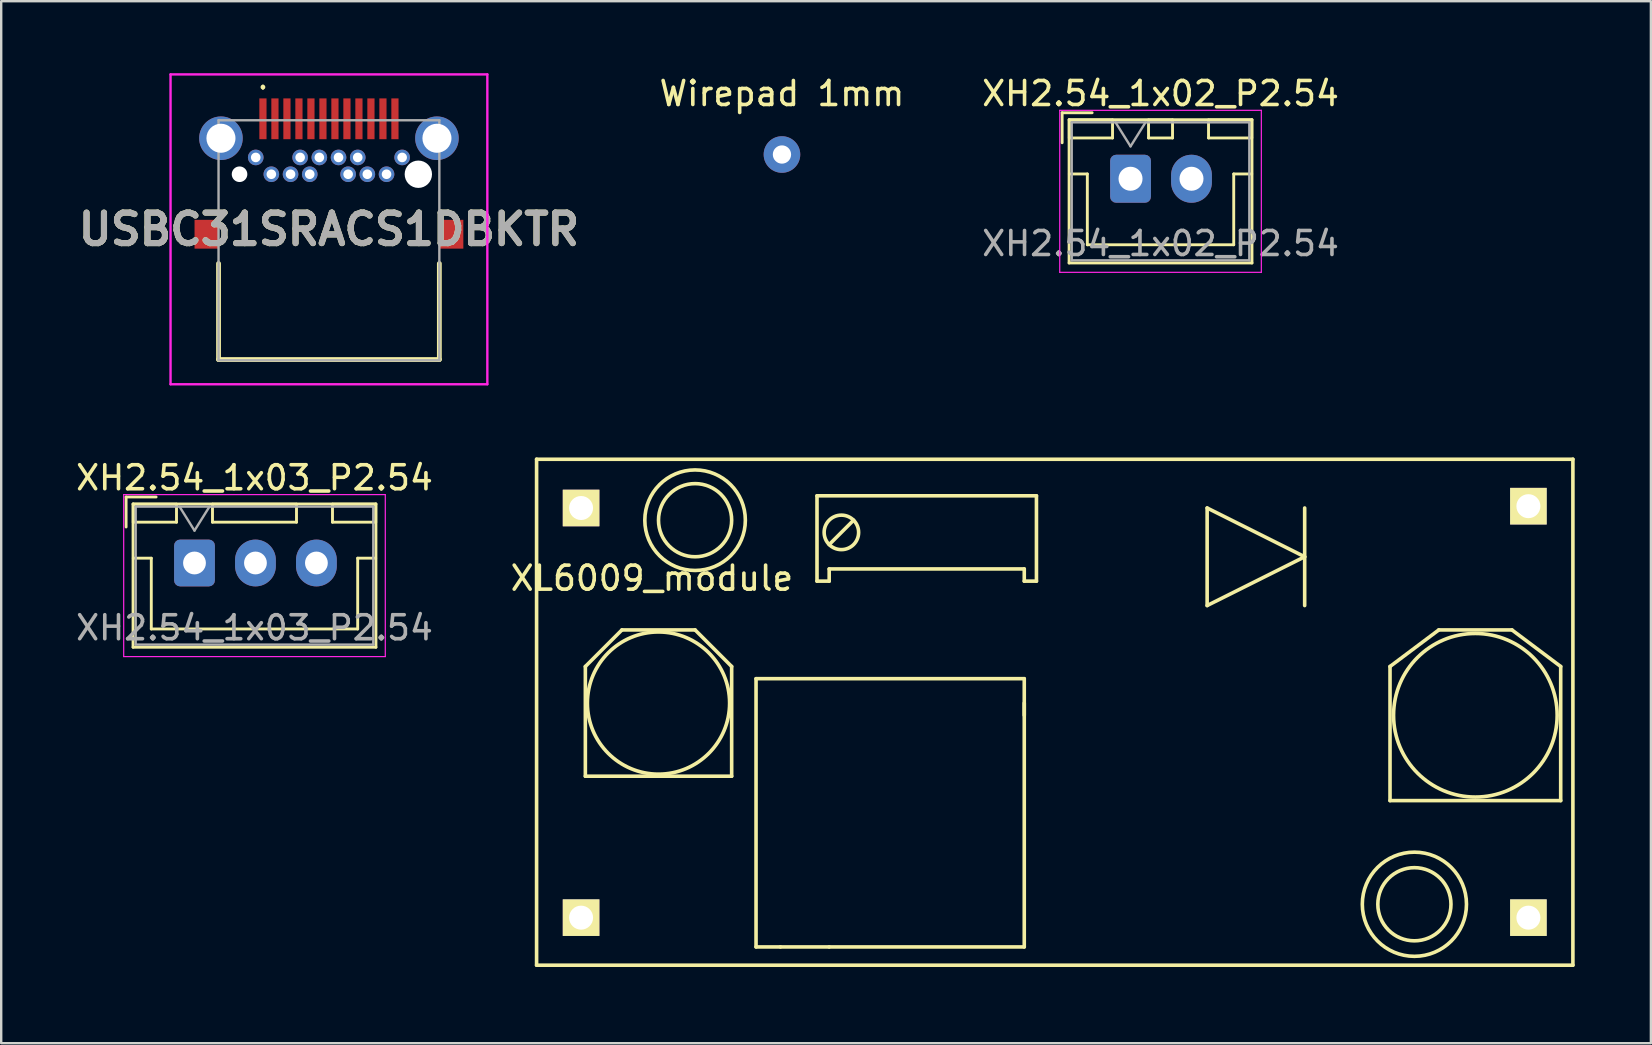
<source format=kicad_pcb>
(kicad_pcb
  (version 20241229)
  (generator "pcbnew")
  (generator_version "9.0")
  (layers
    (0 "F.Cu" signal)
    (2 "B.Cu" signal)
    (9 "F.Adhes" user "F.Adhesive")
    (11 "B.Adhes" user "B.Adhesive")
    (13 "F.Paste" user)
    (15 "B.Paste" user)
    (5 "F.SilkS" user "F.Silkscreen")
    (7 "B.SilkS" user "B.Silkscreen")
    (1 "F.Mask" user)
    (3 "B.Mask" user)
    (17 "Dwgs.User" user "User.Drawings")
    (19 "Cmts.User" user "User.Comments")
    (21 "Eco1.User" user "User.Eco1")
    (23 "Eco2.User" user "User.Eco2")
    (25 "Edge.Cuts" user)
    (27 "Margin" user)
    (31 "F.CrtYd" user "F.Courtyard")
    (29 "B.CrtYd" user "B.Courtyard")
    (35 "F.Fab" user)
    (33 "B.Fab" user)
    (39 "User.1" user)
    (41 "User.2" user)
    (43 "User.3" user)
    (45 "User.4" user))
  (footprint "XH2.54_1x03_P2.54"
    (layer "F.Cu")
    (at 7.594 20.408)
    (property "Reference" "XH2.54_1x03_P2.54" (at -0.04 -3.55 0) (layer "F.SilkS") (effects (font (size 1 1) (thickness 0.15))))
    (attr through_hole)
    (fp_line (start -5.39 -2.75) (end -5.39 -1.5) (stroke (width 0.12) (type solid)) (layer "F.SilkS"))
    (fp_line (start -5.1 -2.46) (end -5.1 3.51) (stroke (width 0.12) (type solid)) (layer "F.SilkS"))
    (fp_line (start -5.1 3.51) (end 5.02 3.51) (stroke (width 0.12) (type solid)) (layer "F.SilkS"))
    (fp_line (start -5.09 -2.45) (end -5.09 -1.7) (stroke (width 0.12) (type solid)) (layer "F.SilkS"))
    (fp_line (start -5.09 -1.7) (end -3.29 -1.7) (stroke (width 0.12) (type solid)) (layer "F.SilkS"))
    (fp_line (start -5.09 -0.2) (end -4.34 -0.2) (stroke (width 0.12) (type solid)) (layer "F.SilkS"))
    (fp_line (start -4.34 -0.2) (end -4.34 2.75) (stroke (width 0.12) (type solid)) (layer "F.SilkS"))
    (fp_line (start -4.34 2.75) (end -0.04 2.75) (stroke (width 0.12) (type solid)) (layer "F.SilkS"))
    (fp_line (start -4.14 -2.75) (end -5.39 -2.75) (stroke (width 0.12) (type solid)) (layer "F.SilkS"))
    (fp_line (start -3.29 -2.45) (end -5.09 -2.45) (stroke (width 0.12) (type solid)) (layer "F.SilkS"))
    (fp_line (start -3.29 -1.7) (end -3.29 -2.45) (stroke (width 0.12) (type solid)) (layer "F.SilkS"))
    (fp_line (start -1.79 -2.45) (end -1.79 -1.7) (stroke (width 0.12) (type solid)) (layer "F.SilkS"))
    (fp_line (start -1.79 -1.7) (end 1.71 -1.7) (stroke (width 0.12) (type solid)) (layer "F.SilkS"))
    (fp_line (start 1.71 -2.45) (end -1.79 -2.45) (stroke (width 0.12) (type solid)) (layer "F.SilkS"))
    (fp_line (start 1.71 -1.7) (end 1.71 -2.45) (stroke (width 0.12) (type solid)) (layer "F.SilkS"))
    (fp_line (start 3.21 -2.45) (end 3.21 -1.7) (stroke (width 0.12) (type solid)) (layer "F.SilkS"))
    (fp_line (start 3.21 -1.7) (end 5.01 -1.7) (stroke (width 0.12) (type solid)) (layer "F.SilkS"))
    (fp_line (start 4.26 -0.2) (end 4.26 2.75) (stroke (width 0.12) (type solid)) (layer "F.SilkS"))
    (fp_line (start 4.26 2.75) (end -0.04 2.75) (stroke (width 0.12) (type solid)) (layer "F.SilkS"))
    (fp_line (start 5.01 -2.45) (end 3.21 -2.45) (stroke (width 0.12) (type solid)) (layer "F.SilkS"))
    (fp_line (start 5.01 -1.7) (end 5.01 -2.45) (stroke (width 0.12) (type solid)) (layer "F.SilkS"))
    (fp_line (start 5.01 -0.2) (end 4.26 -0.2) (stroke (width 0.12) (type solid)) (layer "F.SilkS"))
    (fp_line (start 5.02 -2.46) (end -5.1 -2.46) (stroke (width 0.12) (type solid)) (layer "F.SilkS"))
    (fp_line (start 5.02 3.51) (end 5.02 -2.46) (stroke (width 0.12) (type solid)) (layer "F.SilkS"))
    (fp_line (start -5.49 -2.85) (end -5.49 3.9) (stroke (width 0.05) (type solid)) (layer "F.CrtYd"))
    (fp_line (start -5.49 3.9) (end 5.41 3.9) (stroke (width 0.05) (type solid)) (layer "F.CrtYd"))
    (fp_line (start 5.41 -2.85) (end -5.49 -2.85) (stroke (width 0.05) (type solid)) (layer "F.CrtYd"))
    (fp_line (start 5.41 3.9) (end 5.41 -2.85) (stroke (width 0.05) (type solid)) (layer "F.CrtYd"))
    (fp_line (start -4.99 -2.35) (end -4.99 3.4) (stroke (width 0.1) (type solid)) (layer "F.Fab"))
    (fp_line (start -4.99 3.4) (end 4.91 3.4) (stroke (width 0.1) (type solid)) (layer "F.Fab"))
    (fp_line (start -3.165 -2.35) (end -2.54 -1.35) (stroke (width 0.1) (type solid)) (layer "F.Fab"))
    (fp_line (start -2.54 -1.35) (end -1.915 -2.35) (stroke (width 0.1) (type solid)) (layer "F.Fab"))
    (fp_line (start 4.91 -2.35) (end -4.99 -2.35) (stroke (width 0.1) (type solid)) (layer "F.Fab"))
    (fp_line (start 4.91 3.4) (end 4.91 -2.35) (stroke (width 0.1) (type solid)) (layer "F.Fab"))
    (fp_text user "${REFERENCE}" (at -0.04 2.7 0) (layer "F.Fab") (effects (font (size 1 1) (thickness 0.15))))
    (pad "1" thru_hole roundrect (at -2.54 0) (size 1.7 1.95) (drill 0.95) (layers "*.Cu" "*.Mask") (roundrect_rratio 0.147))
    (pad "2" thru_hole oval (at 0 0) (size 1.7 1.95) (drill 0.95) (layers "*.Cu" "*.Mask"))
    (pad "3" thru_hole oval (at 2.54 0) (size 1.7 1.95) (drill 0.95) (layers "*.Cu" "*.Mask")))
  (footprint "USBC31SRACS1DBKTR"
    (layer "F.Cu")
    (at 10.656 6.93)
    (property "Reference" "USBC31SRACS1DBKTR" (at 0 -0.425 0) (layer "F.SilkS") (effects (font (size 1.27 1.27) (thickness 0.254))))
    (attr through_hole)
    (fp_line (start -4.6 1) (end -4.6 5) (stroke (width 0.2) (type solid)) (layer "F.SilkS"))
    (fp_line (start -4.6 5) (end 4.6 5) (stroke (width 0.2) (type solid)) (layer "F.SilkS"))
    (fp_line (start -2.75 -6.4) (end -2.75 -6.4) (stroke (width 0.1) (type solid)) (layer "F.SilkS"))
    (fp_line (start -2.75 -6.3) (end -2.75 -6.3) (stroke (width 0.1) (type solid)) (layer "F.SilkS"))
    (fp_line (start 4.6 5) (end 4.6 1) (stroke (width 0.2) (type solid)) (layer "F.SilkS"))
    (fp_arc (start -2.75 -6.4) (mid -2.7 -6.35) (end -2.75 -6.3) (stroke (width 0.1) (type solid)) (layer "F.SilkS"))
    (fp_arc (start -2.75 -6.3) (mid -2.8 -6.35) (end -2.75 -6.4) (stroke (width 0.1) (type solid)) (layer "F.SilkS"))
    (fp_line (start -6.6 -6.88) (end 6.6 -6.88) (stroke (width 0.1) (type solid)) (layer "F.CrtYd"))
    (fp_line (start -6.6 6.03) (end -6.6 -6.88) (stroke (width 0.1) (type solid)) (layer "F.CrtYd"))
    (fp_line (start 6.6 -6.88) (end 6.6 6.03) (stroke (width 0.1) (type solid)) (layer "F.CrtYd"))
    (fp_line (start 6.6 6.03) (end -6.6 6.03) (stroke (width 0.1) (type solid)) (layer "F.CrtYd"))
    (fp_line (start -4.6 -4.97) (end 4.6 -4.97) (stroke (width 0.1) (type solid)) (layer "F.Fab"))
    (fp_line (start -4.6 5.03) (end -4.6 -4.97) (stroke (width 0.1) (type solid)) (layer "F.Fab"))
    (fp_line (start 4.6 -4.97) (end 4.6 5.03) (stroke (width 0.1) (type solid)) (layer "F.Fab"))
    (fp_line (start 4.6 5.03) (end -4.6 5.03) (stroke (width 0.1) (type solid)) (layer "F.Fab"))
    (fp_text user "${REFERENCE}" (at 0 -0.425 0) (layer "F.Fab") (effects (font (size 1.27 1.27) (thickness 0.254))))
    (pad "" np_thru_hole circle (at -3.725 -2.72) (size 0.65 0.65) (drill 0.65) (layers "*.Cu" "*.Mask"))
    (pad "" np_thru_hole circle (at 3.725 -2.72) (size 1.14 1.14) (drill 1.14) (layers "*.Cu" "*.Mask"))
    (pad "A1" smd rect (at -2.75 -5.03) (size 0.3 1.7) (layers "F.Cu" "F.Mask" "F.Paste"))
    (pad "A2" smd rect (at -2.25 -5.03) (size 0.3 1.7) (layers "F.Cu" "F.Mask" "F.Paste"))
    (pad "A3" smd rect (at -1.75 -5.03) (size 0.3 1.7) (layers "F.Cu" "F.Mask" "F.Paste"))
    (pad "A4" smd rect (at -1.25 -5.03) (size 0.3 1.7) (layers "F.Cu" "F.Mask" "F.Paste"))
    (pad "A5" smd rect (at -0.75 -5.03) (size 0.3 1.7) (layers "F.Cu" "F.Mask" "F.Paste"))
    (pad "A6" smd rect (at -0.25 -5.03) (size 0.3 1.7) (layers "F.Cu" "F.Mask" "F.Paste"))
    (pad "A7" smd rect (at 0.25 -5.03) (size 0.3 1.7) (layers "F.Cu" "F.Mask" "F.Paste"))
    (pad "A8" smd rect (at 0.75 -5.03) (size 0.3 1.7) (layers "F.Cu" "F.Mask" "F.Paste"))
    (pad "A9" smd rect (at 1.25 -5.03) (size 0.3 1.7) (layers "F.Cu" "F.Mask" "F.Paste"))
    (pad "A10" smd rect (at 1.75 -5.03) (size 0.3 1.7) (layers "F.Cu" "F.Mask" "F.Paste"))
    (pad "A11" smd rect (at 2.25 -5.03) (size 0.3 1.7) (layers "F.Cu" "F.Mask" "F.Paste"))
    (pad "A12" smd rect (at 2.75 -5.03) (size 0.3 1.7) (layers "F.Cu" "F.Mask" "F.Paste"))
    (pad "B1" thru_hole circle (at 3.05 -3.42) (size 0.65 0.65) (drill 0.4) (layers "*.Cu" "*.Mask"))
    (pad "B2" thru_hole circle (at 2.4 -2.72) (size 0.65 0.65) (drill 0.4) (layers "*.Cu" "*.Mask"))
    (pad "B3" thru_hole circle (at 1.6 -2.72) (size 0.65 0.65) (drill 0.4) (layers "*.Cu" "*.Mask"))
    (pad "B4" thru_hole circle (at 1.2 -3.42) (size 0.65 0.65) (drill 0.4) (layers "*.Cu" "*.Mask"))
    (pad "B5" thru_hole circle (at 0.8 -2.72) (size 0.65 0.65) (drill 0.4) (layers "*.Cu" "*.Mask"))
    (pad "B6" thru_hole circle (at 0.4 -3.42) (size 0.65 0.65) (drill 0.4) (layers "*.Cu" "*.Mask"))
    (pad "B7" thru_hole circle (at -0.4 -3.42) (size 0.65 0.65) (drill 0.4) (layers "*.Cu" "*.Mask"))
    (pad "B8" thru_hole circle (at -0.8 -2.72) (size 0.65 0.65) (drill 0.4) (layers "*.Cu" "*.Mask"))
    (pad "B9" thru_hole circle (at -1.2 -3.42) (size 0.65 0.65) (drill 0.4) (layers "*.Cu" "*.Mask"))
    (pad "B10" thru_hole circle (at -1.6 -2.72) (size 0.65 0.65) (drill 0.4) (layers "*.Cu" "*.Mask"))
    (pad "B11" thru_hole circle (at -2.4 -2.72) (size 0.65 0.65) (drill 0.4) (layers "*.Cu" "*.Mask"))
    (pad "B12" thru_hole circle (at -3.05 -3.42) (size 0.65 0.65) (drill 0.4) (layers "*.Cu" "*.Mask"))
    (pad "MH1" thru_hole circle (at -4.5 -4.22) (size 1.815 1.815) (drill 1.21) (layers "*.Cu" "*.Mask"))
    (pad "MH2" thru_hole circle (at 4.5 -4.22) (size 1.815 1.815) (drill 1.21) (layers "*.Cu" "*.Mask"))
    (pad "MP1" smd rect (at -5.1 -0.22) (size 1 1.2) (layers "F.Cu" "F.Mask" "F.Paste"))
    (pad "MP2" smd rect (at 5.1 -0.22) (size 1 1.2) (layers "F.Cu" "F.Mask" "F.Paste")))
  (footprint "XL6009_module"
    (layer "F.Cu")
    (at 62.488 37.167)
    (property "Reference" "XL6009_module" (at -38.375 -16.125 0) (layer "F.SilkS") (effects (font (size 1 1) (thickness 0.15))))
    (attr through_hole)
    (fp_line (start -43.18 -21.082) (end 0 -21.082) (stroke (width 0.15) (type solid)) (layer "F.SilkS"))
    (fp_line (start -43.18 0) (end -43.18 -21.082) (stroke (width 0.15) (type solid)) (layer "F.SilkS"))
    (fp_line (start -41.148 -12.446) (end -41.148 -7.874) (stroke (width 0.15) (type solid)) (layer "F.SilkS"))
    (fp_line (start -41.148 -7.874) (end -35.052 -7.874) (stroke (width 0.15) (type solid)) (layer "F.SilkS"))
    (fp_line (start -39.624 -13.97) (end -41.148 -12.446) (stroke (width 0.15) (type solid)) (layer "F.SilkS"))
    (fp_line (start -36.576 -13.97) (end -39.624 -13.97) (stroke (width 0.15) (type solid)) (layer "F.SilkS"))
    (fp_line (start -35.052 -12.446) (end -36.576 -13.97) (stroke (width 0.15) (type solid)) (layer "F.SilkS"))
    (fp_line (start -35.052 -7.874) (end -35.052 -12.446) (stroke (width 0.15) (type solid)) (layer "F.SilkS"))
    (fp_line (start -34.036 -11.938) (end -22.86 -11.938) (stroke (width 0.15) (type solid)) (layer "F.SilkS"))
    (fp_line (start -34.036 -0.762) (end -34.036 -11.938) (stroke (width 0.15) (type solid)) (layer "F.SilkS"))
    (fp_line (start -33.02 -0.762) (end -34.036 -0.762) (stroke (width 0.15) (type solid)) (layer "F.SilkS"))
    (fp_line (start -31.496 -19.558) (end -31.496 -16.002) (stroke (width 0.15) (type solid)) (layer "F.SilkS"))
    (fp_line (start -31.496 -16.002) (end -30.988 -16.002) (stroke (width 0.15) (type solid)) (layer "F.SilkS"))
    (fp_line (start -30.988 -17.526) (end -29.972 -18.542) (stroke (width 0.15) (type solid)) (layer "F.SilkS"))
    (fp_line (start -30.988 -16.51) (end -22.86 -16.51) (stroke (width 0.15) (type solid)) (layer "F.SilkS"))
    (fp_line (start -30.988 -16.002) (end -30.988 -16.51) (stroke (width 0.15) (type solid)) (layer "F.SilkS"))
    (fp_line (start -30.988 -0.762) (end -33.02 -0.762) (stroke (width 0.15) (type solid)) (layer "F.SilkS"))
    (fp_line (start -22.86 -16.51) (end -22.86 -16.002) (stroke (width 0.15) (type solid)) (layer "F.SilkS"))
    (fp_line (start -22.86 -16.002) (end -22.352 -16.002) (stroke (width 0.15) (type solid)) (layer "F.SilkS"))
    (fp_line (start -22.86 -11.938) (end -22.86 -10.414) (stroke (width 0.15) (type solid)) (layer "F.SilkS"))
    (fp_line (start -22.86 -10.922) (end -22.86 -0.762) (stroke (width 0.15) (type solid)) (layer "F.SilkS"))
    (fp_line (start -22.86 -0.762) (end -30.988 -0.762) (stroke (width 0.15) (type solid)) (layer "F.SilkS"))
    (fp_line (start -22.352 -19.558) (end -31.496 -19.558) (stroke (width 0.15) (type solid)) (layer "F.SilkS"))
    (fp_line (start -22.352 -16.002) (end -22.352 -19.558) (stroke (width 0.15) (type solid)) (layer "F.SilkS"))
    (fp_line (start -15.24 -19.05) (end -15.24 -14.986) (stroke (width 0.15) (type solid)) (layer "F.SilkS"))
    (fp_line (start -15.24 -14.986) (end -11.176 -17.018) (stroke (width 0.15) (type solid)) (layer "F.SilkS"))
    (fp_line (start -11.176 -19.05) (end -11.176 -14.986) (stroke (width 0.15) (type solid)) (layer "F.SilkS"))
    (fp_line (start -11.176 -17.018) (end -15.24 -19.05) (stroke (width 0.15) (type solid)) (layer "F.SilkS"))
    (fp_line (start -7.62 -12.446) (end -5.588 -13.97) (stroke (width 0.15) (type solid)) (layer "F.SilkS"))
    (fp_line (start -7.62 -6.858) (end -7.62 -12.446) (stroke (width 0.15) (type solid)) (layer "F.SilkS"))
    (fp_line (start -5.588 -13.97) (end -2.54 -13.97) (stroke (width 0.15) (type solid)) (layer "F.SilkS"))
    (fp_line (start -2.54 -13.97) (end -0.508 -12.446) (stroke (width 0.15) (type solid)) (layer "F.SilkS"))
    (fp_line (start -0.508 -12.446) (end -0.508 -6.858) (stroke (width 0.15) (type solid)) (layer "F.SilkS"))
    (fp_line (start -0.508 -6.858) (end -7.62 -6.858) (stroke (width 0.15) (type solid)) (layer "F.SilkS"))
    (fp_line (start 0 0) (end -43.18 0) (stroke (width 0.15) (type solid)) (layer "F.SilkS"))
    (fp_line (start 0 0) (end 0 -21.082) (stroke (width 0.15) (type solid)) (layer "F.SilkS"))
    (fp_circle (center -38.1 -10.922) (end -35.56 -12.446) (stroke (width 0.15) (type solid)) (fill no) (layer "F.SilkS"))
    (fp_circle (center -36.576 -18.542) (end -37.084 -20.574) (stroke (width 0.15) (type solid)) (fill no) (layer "F.SilkS"))
    (fp_circle (center -36.576 -18.542) (end -36.576 -20.066) (stroke (width 0.15) (type solid)) (fill no) (layer "F.SilkS"))
    (fp_circle (center -30.48 -18.034) (end -29.972 -18.542) (stroke (width 0.15) (type solid)) (fill no) (layer "F.SilkS"))
    (fp_circle (center -6.604 -2.54) (end -6.604 -1.016) (stroke (width 0.15) (type solid)) (fill no) (layer "F.SilkS"))
    (fp_circle (center -6.604 -2.54) (end -5.842 -0.508) (stroke (width 0.15) (type solid)) (fill no) (layer "F.SilkS"))
    (fp_circle (center -4.064 -10.414) (end -1.016 -11.938) (stroke (width 0.15) (type solid)) (fill no) (layer "F.SilkS"))
    (pad "1" thru_hole rect (at -41.326 -19.05) (size 1.524 1.524) (drill 1) (layers "*.Cu" "*.Mask" "F.SilkS"))
    (pad "2" thru_hole rect (at -41.326 -1.981) (size 1.524 1.524) (drill 1) (layers "*.Cu" "*.Mask" "F.SilkS"))
    (pad "3" thru_hole rect (at -1.854 -1.981) (size 1.524 1.524) (drill 1) (layers "*.Cu" "*.Mask" "F.SilkS"))
    (pad "4" thru_hole rect (at -1.854 -19.126) (size 1.524 1.524) (drill 1) (layers "*.Cu" "*.Mask" "F.SilkS")))
  (footprint "XH2.54_1x02_P2.54"
    (layer "F.Cu")
    (at 45.326 4.398)
    (property "Reference" "XH2.54_1x02_P2.54" (at -0.02 -3.55 0) (layer "F.SilkS") (effects (font (size 1 1) (thickness 0.15))))
    (attr through_hole)
    (fp_line (start -4.12 -2.75) (end -4.12 -1.5) (stroke (width 0.12) (type solid)) (layer "F.SilkS"))
    (fp_line (start -3.83 -2.46) (end -3.83 3.51) (stroke (width 0.12) (type solid)) (layer "F.SilkS"))
    (fp_line (start -3.83 3.51) (end 3.79 3.51) (stroke (width 0.12) (type solid)) (layer "F.SilkS"))
    (fp_line (start -3.82 -2.45) (end -3.82 -1.7) (stroke (width 0.12) (type solid)) (layer "F.SilkS"))
    (fp_line (start -3.82 -1.7) (end -2.02 -1.7) (stroke (width 0.12) (type solid)) (layer "F.SilkS"))
    (fp_line (start -3.82 -0.2) (end -3.07 -0.2) (stroke (width 0.12) (type solid)) (layer "F.SilkS"))
    (fp_line (start -3.07 -0.2) (end -3.07 2.75) (stroke (width 0.12) (type solid)) (layer "F.SilkS"))
    (fp_line (start -3.07 2.75) (end -0.02 2.75) (stroke (width 0.12) (type solid)) (layer "F.SilkS"))
    (fp_line (start -2.87 -2.75) (end -4.12 -2.75) (stroke (width 0.12) (type solid)) (layer "F.SilkS"))
    (fp_line (start -2.02 -2.45) (end -3.82 -2.45) (stroke (width 0.12) (type solid)) (layer "F.SilkS"))
    (fp_line (start -2.02 -1.7) (end -2.02 -2.45) (stroke (width 0.12) (type solid)) (layer "F.SilkS"))
    (fp_line (start -0.52 -2.45) (end -0.52 -1.7) (stroke (width 0.12) (type solid)) (layer "F.SilkS"))
    (fp_line (start -0.52 -1.7) (end 0.48 -1.7) (stroke (width 0.12) (type solid)) (layer "F.SilkS"))
    (fp_line (start 0.48 -2.45) (end -0.52 -2.45) (stroke (width 0.12) (type solid)) (layer "F.SilkS"))
    (fp_line (start 0.48 -1.7) (end 0.48 -2.45) (stroke (width 0.12) (type solid)) (layer "F.SilkS"))
    (fp_line (start 1.98 -2.45) (end 1.98 -1.7) (stroke (width 0.12) (type solid)) (layer "F.SilkS"))
    (fp_line (start 1.98 -1.7) (end 3.78 -1.7) (stroke (width 0.12) (type solid)) (layer "F.SilkS"))
    (fp_line (start 3.03 -0.2) (end 3.03 2.75) (stroke (width 0.12) (type solid)) (layer "F.SilkS"))
    (fp_line (start 3.03 2.75) (end -0.02 2.75) (stroke (width 0.12) (type solid)) (layer "F.SilkS"))
    (fp_line (start 3.78 -2.45) (end 1.98 -2.45) (stroke (width 0.12) (type solid)) (layer "F.SilkS"))
    (fp_line (start 3.78 -1.7) (end 3.78 -2.45) (stroke (width 0.12) (type solid)) (layer "F.SilkS"))
    (fp_line (start 3.78 -0.2) (end 3.03 -0.2) (stroke (width 0.12) (type solid)) (layer "F.SilkS"))
    (fp_line (start 3.79 -2.46) (end -3.83 -2.46) (stroke (width 0.12) (type solid)) (layer "F.SilkS"))
    (fp_line (start 3.79 3.51) (end 3.79 -2.46) (stroke (width 0.12) (type solid)) (layer "F.SilkS"))
    (fp_line (start -4.22 -2.85) (end -4.22 3.9) (stroke (width 0.05) (type solid)) (layer "F.CrtYd"))
    (fp_line (start -4.22 3.9) (end 4.18 3.9) (stroke (width 0.05) (type solid)) (layer "F.CrtYd"))
    (fp_line (start 4.18 -2.85) (end -4.22 -2.85) (stroke (width 0.05) (type solid)) (layer "F.CrtYd"))
    (fp_line (start 4.18 3.9) (end 4.18 -2.85) (stroke (width 0.05) (type solid)) (layer "F.CrtYd"))
    (fp_line (start -3.72 -2.35) (end -3.72 3.4) (stroke (width 0.1) (type solid)) (layer "F.Fab"))
    (fp_line (start -3.72 3.4) (end 3.68 3.4) (stroke (width 0.1) (type solid)) (layer "F.Fab"))
    (fp_line (start -1.895 -2.35) (end -1.27 -1.35) (stroke (width 0.1) (type solid)) (layer "F.Fab"))
    (fp_line (start -1.27 -1.35) (end -0.645 -2.35) (stroke (width 0.1) (type solid)) (layer "F.Fab"))
    (fp_line (start 3.68 -2.35) (end -3.72 -2.35) (stroke (width 0.1) (type solid)) (layer "F.Fab"))
    (fp_line (start 3.68 3.4) (end 3.68 -2.35) (stroke (width 0.1) (type solid)) (layer "F.Fab"))
    (fp_text user "${REFERENCE}" (at -0.02 2.7 0) (layer "F.Fab") (effects (font (size 1 1) (thickness 0.15))))
    (pad "1" thru_hole roundrect (at -1.27 0) (size 1.7 2) (drill 1) (layers "*.Cu" "*.Mask") (roundrect_rratio 0.147))
    (pad "2" thru_hole oval (at 1.27 0) (size 1.7 2) (drill 1) (layers "*.Cu" "*.Mask")))
  (footprint "Wirepad 1mm"
    (layer "F.Cu")
    (at 29.532 3.388)
    (property "Reference" "Wirepad 1mm" (at 0 -2.54 0) (unlocked yes) (layer "F.SilkS") (effects (font (size 1 1) (thickness 0.15))))
    (pad "1" thru_hole circle (at 0 0) (size 1.524 1.524) (drill 0.762) (layers "*.Cu" "*.Mask")))
  (gr_rect
    (start -3 -3)
    (end 65.738 40.417)
    (stroke (width 0.1) (type default))
    (fill no)
    (layer "Edge.Cuts")))
</source>
